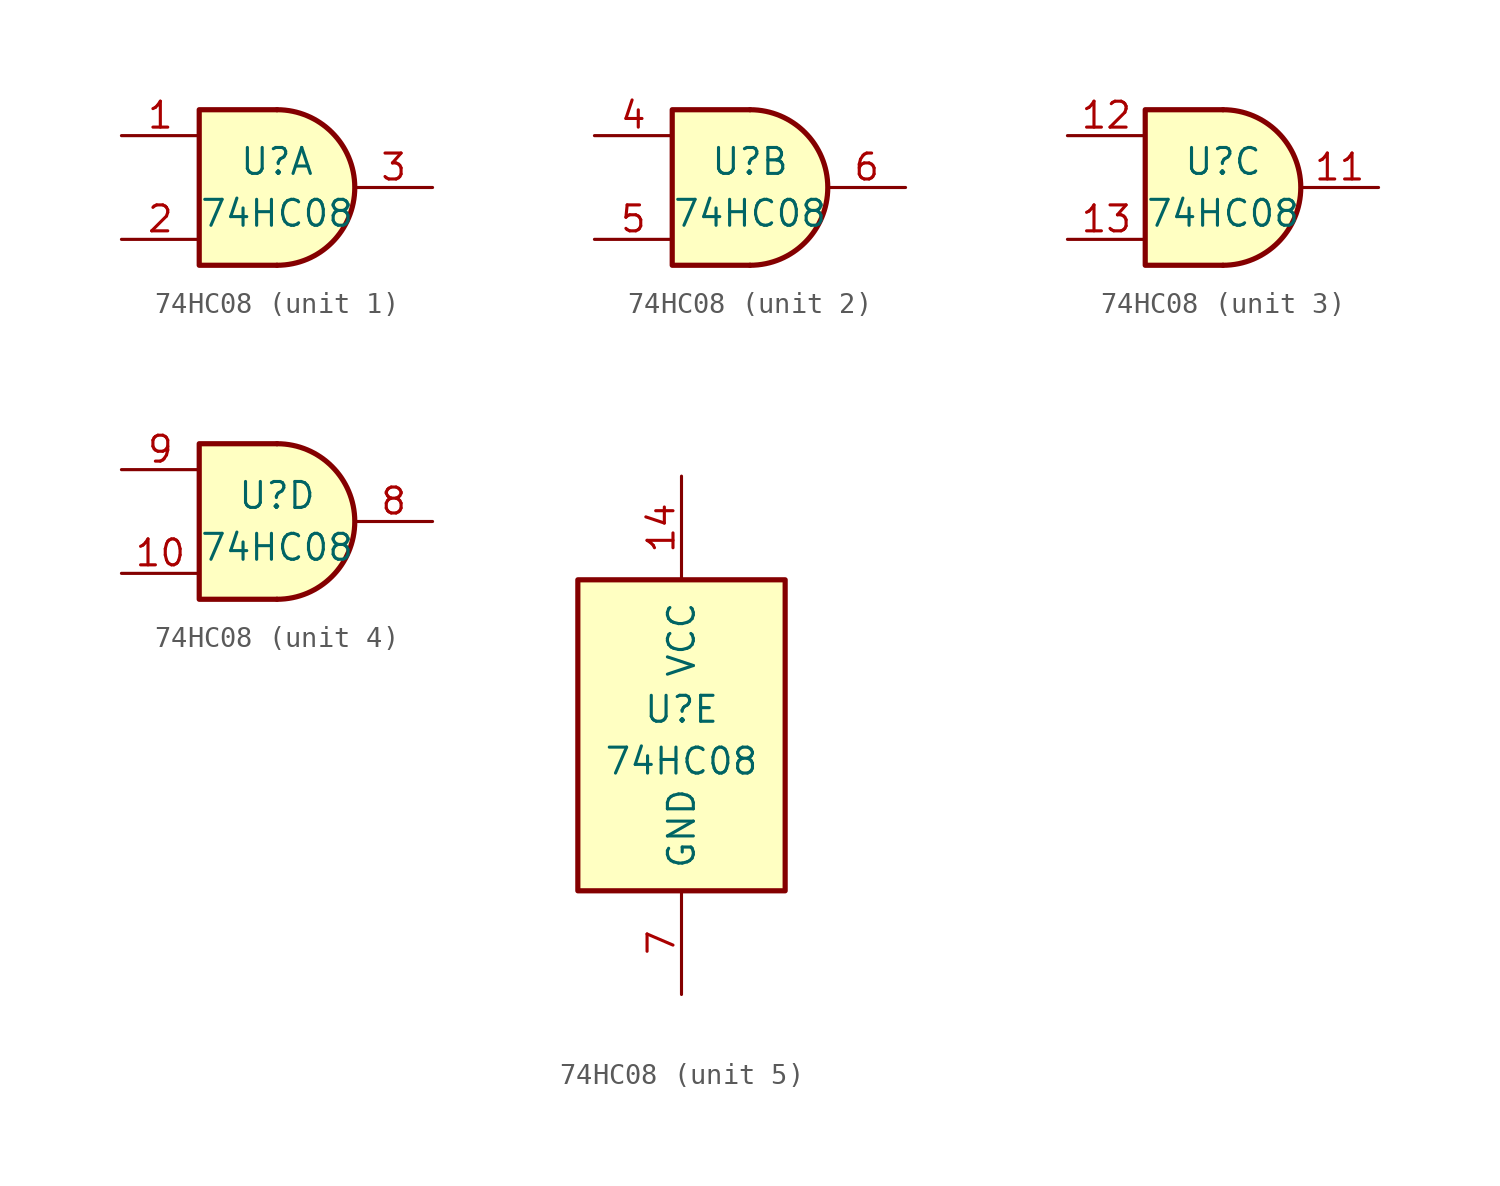
<source format=kicad_sym>
(kicad_symbol_lib
  (version 20220914)
  (generator kicad_symbol_editor)
  (symbol "74HC08"
    (pin_names
      (offset 1.016))
    (property "Reference" "U"
      (at 0 1.27 0)
      (effects (font (size 1.27 1.27))))
    (property "Value" "74HC08"
      (at 0 -1.27 0)
      (effects (font (size 1.27 1.27))))
    (property "ki_locked" ""
      (at 0 0 0)
      (effects (font (size 1.27 1.27))))
    (symbol "74HC08_1_1"
      (arc (start 0 -3.81) (mid 3.7934 0) (end 0 3.81) (stroke (width 0.254) (type default)) (fill (type background)))
      (polyline (pts (xy 0 3.81) (xy -3.81 3.81) (xy -3.81 -3.81) (xy 0 -3.81)) (stroke (width 0.254) (type default)) (fill (type background)))
      (pin input line (at -7.62 2.54 0) (length 3.81) (name "~" (effects (font (size 1.27 1.27)))) (number "1" (effects (font (size 1.27 1.27)))))
      (pin input line (at -7.62 -2.54 0) (length 3.81) (name "~" (effects (font (size 1.27 1.27)))) (number "2" (effects (font (size 1.27 1.27)))))
      (pin output line (at 7.62 0 180) (length 3.81) (name "~" (effects (font (size 1.27 1.27)))) (number "3" (effects (font (size 1.27 1.27))))))
    (symbol "74HC08_2_1"
      (arc (start 0 -3.81) (mid 3.7934 0) (end 0 3.81) (stroke (width 0.254) (type default)) (fill (type background)))
      (polyline (pts (xy 0 3.81) (xy -3.81 3.81) (xy -3.81 -3.81) (xy 0 -3.81)) (stroke (width 0.254) (type default)) (fill (type background)))
      (pin input line (at -7.62 2.54 0) (length 3.81) (name "~" (effects (font (size 1.27 1.27)))) (number "4" (effects (font (size 1.27 1.27)))))
      (pin input line (at -7.62 -2.54 0) (length 3.81) (name "~" (effects (font (size 1.27 1.27)))) (number "5" (effects (font (size 1.27 1.27)))))
      (pin output line (at 7.62 0 180) (length 3.81) (name "~" (effects (font (size 1.27 1.27)))) (number "6" (effects (font (size 1.27 1.27))))))
    (symbol "74HC08_3_1"
      (arc (start 0 -3.81) (mid 3.7934 0) (end 0 3.81) (stroke (width 0.254) (type default)) (fill (type background)))
      (polyline (pts (xy 0 3.81) (xy -3.81 3.81) (xy -3.81 -3.81) (xy 0 -3.81)) (stroke (width 0.254) (type default)) (fill (type background)))
      (pin output line (at 7.62 0 180) (length 3.81) (name "~" (effects (font (size 1.27 1.27)))) (number "11" (effects (font (size 1.27 1.27)))))
      (pin input line (at -7.62 2.54 0) (length 3.81) (name "~" (effects (font (size 1.27 1.27)))) (number "12" (effects (font (size 1.27 1.27)))))
      (pin input line (at -7.62 -2.54 0) (length 3.81) (name "~" (effects (font (size 1.27 1.27)))) (number "13" (effects (font (size 1.27 1.27))))))
    (symbol "74HC08_4_1"
      (arc (start 0 -3.81) (mid 3.7934 0) (end 0 3.81) (stroke (width 0.254) (type default)) (fill (type background)))
      (polyline (pts (xy 0 3.81) (xy -3.81 3.81) (xy -3.81 -3.81) (xy 0 -3.81)) (stroke (width 0.254) (type default)) (fill (type background)))
      (pin input line (at -7.62 -2.54 0) (length 3.81) (name "~" (effects (font (size 1.27 1.27)))) (number "10" (effects (font (size 1.27 1.27)))))
      (pin output line (at 7.62 0 180) (length 3.81) (name "~" (effects (font (size 1.27 1.27)))) (number "8" (effects (font (size 1.27 1.27)))))
      (pin input line (at -7.62 2.54 0) (length 3.81) (name "~" (effects (font (size 1.27 1.27)))) (number "9" (effects (font (size 1.27 1.27))))))
    (symbol "74HC08_5_0"
      (pin power_in line (at 0 12.7 270) (length 5.08) (name "VCC" (effects (font (size 1.27 1.27)))) (number "14" (effects (font (size 1.27 1.27)))))
      (pin power_in line (at 0 -12.7 90) (length 5.08) (name "GND" (effects (font (size 1.27 1.27)))) (number "7" (effects (font (size 1.27 1.27))))))
    (symbol "74HC08_5_1"
      (rectangle (start -5.08 7.62) (end 5.08 -7.62) (stroke (width 0.254) (type default)) (fill (type background))))))
</source>
